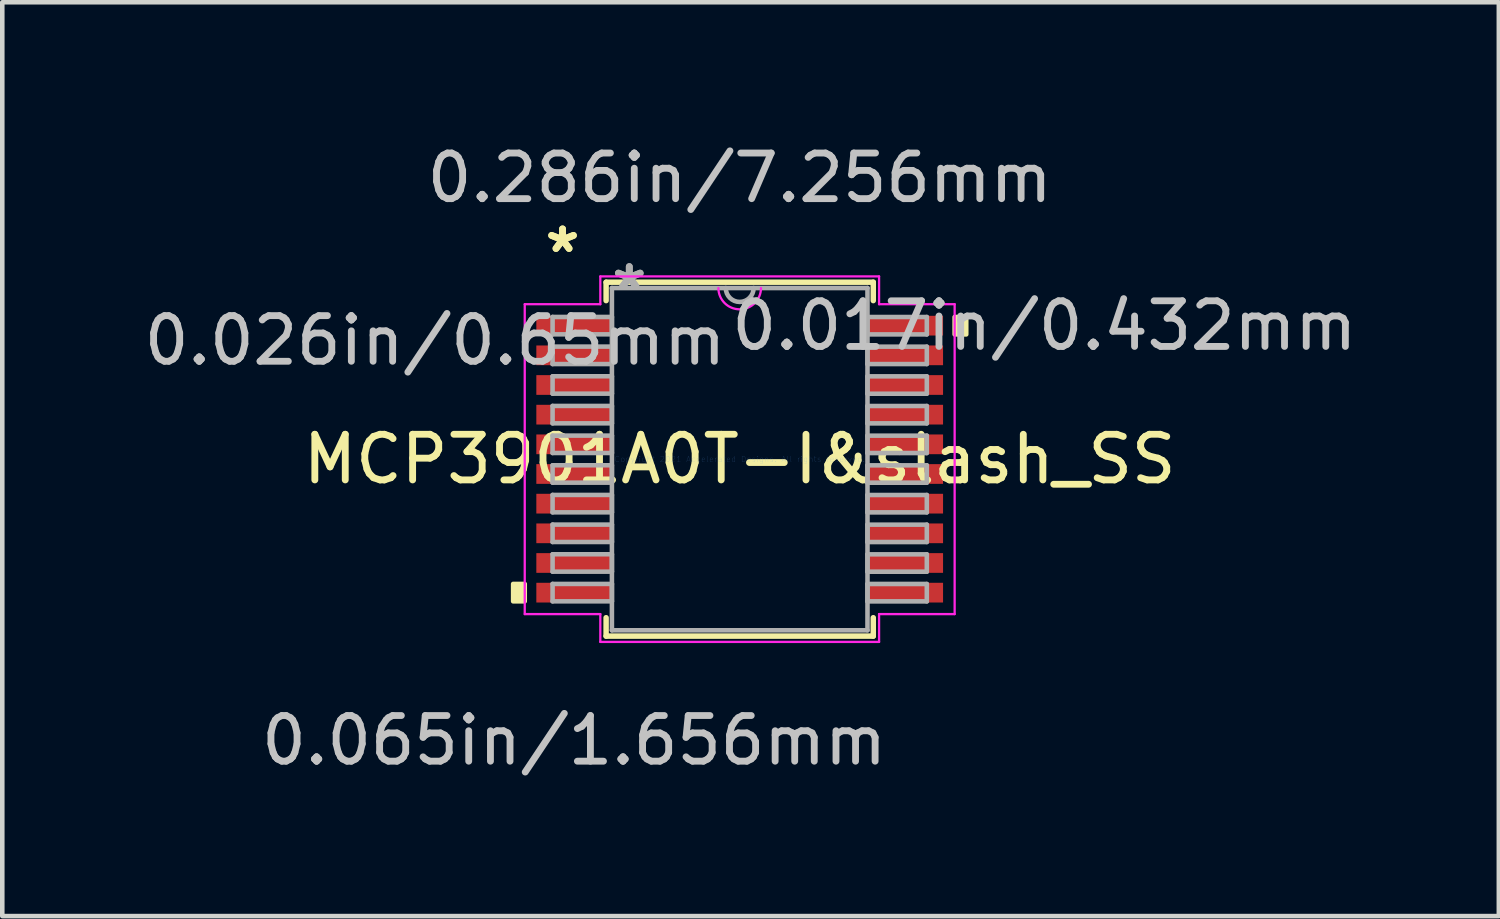
<source format=kicad_pcb>
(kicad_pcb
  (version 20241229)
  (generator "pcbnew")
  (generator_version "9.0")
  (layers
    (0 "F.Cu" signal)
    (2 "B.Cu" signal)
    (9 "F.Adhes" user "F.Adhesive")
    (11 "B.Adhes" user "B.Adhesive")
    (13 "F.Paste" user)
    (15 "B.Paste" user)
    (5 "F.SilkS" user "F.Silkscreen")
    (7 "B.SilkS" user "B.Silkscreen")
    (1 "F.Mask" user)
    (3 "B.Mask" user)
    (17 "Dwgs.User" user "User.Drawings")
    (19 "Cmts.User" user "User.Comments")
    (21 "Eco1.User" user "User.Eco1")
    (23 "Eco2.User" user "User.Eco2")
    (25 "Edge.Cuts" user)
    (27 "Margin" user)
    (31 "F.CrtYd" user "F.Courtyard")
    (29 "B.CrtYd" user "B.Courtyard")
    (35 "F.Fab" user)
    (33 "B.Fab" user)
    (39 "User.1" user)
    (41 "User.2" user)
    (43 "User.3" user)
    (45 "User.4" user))
  (footprint "MCP3901A0T-I&slash_SS"
    (layer "F.Cu")
    (at 13.158 7.011)
    (property "Reference" "MCP3901A0T-I&slash_SS" (at 0 0 0) (layer "F.SilkS") (effects (font (size 1 1) (thickness 0.15))))
    (attr through_hole)
    (fp_line (start -2.927 -3.877) (end -2.927 -3.474) (stroke (width 0.12) (type solid)) (layer "F.SilkS"))
    (fp_line (start -2.927 3.474) (end -2.927 3.877) (stroke (width 0.12) (type solid)) (layer "F.SilkS"))
    (fp_line (start -2.927 3.877) (end 2.927 3.877) (stroke (width 0.12) (type solid)) (layer "F.SilkS"))
    (fp_line (start 2.927 -3.877) (end -2.927 -3.877) (stroke (width 0.12) (type solid)) (layer "F.SilkS"))
    (fp_line (start 2.927 -3.474) (end 2.927 -3.877) (stroke (width 0.12) (type solid)) (layer "F.SilkS"))
    (fp_line (start 2.927 3.877) (end 2.927 3.474) (stroke (width 0.12) (type solid)) (layer "F.SilkS"))
    (fp_poly (pts (xy -4.964 2.734) (xy -4.964 3.115) (xy -4.71 3.115) (xy -4.71 2.734)) (stroke (width 0.1) (type solid)) (fill yes) (layer "F.SilkS"))
    (fp_poly (pts (xy 4.964 -3.115) (xy 4.964 -2.734) (xy 4.71 -2.734) (xy 4.71 -3.115)) (stroke (width 0.1) (type solid)) (fill yes) (layer "F.SilkS"))
    (fp_line (start -4.71 -3.395) (end -3.054 -3.395) (stroke (width 0.05) (type solid)) (layer "F.CrtYd"))
    (fp_line (start -4.71 3.395) (end -4.71 -3.395) (stroke (width 0.05) (type solid)) (layer "F.CrtYd"))
    (fp_line (start -3.054 -4.004) (end 3.054 -4.004) (stroke (width 0.05) (type solid)) (layer "F.CrtYd"))
    (fp_line (start -3.054 -3.395) (end -3.054 -4.004) (stroke (width 0.05) (type solid)) (layer "F.CrtYd"))
    (fp_line (start -3.054 3.395) (end -4.71 3.395) (stroke (width 0.05) (type solid)) (layer "F.CrtYd"))
    (fp_line (start -3.054 4.004) (end -3.054 3.395) (stroke (width 0.05) (type solid)) (layer "F.CrtYd"))
    (fp_line (start 3.054 -4.004) (end 3.054 -3.395) (stroke (width 0.05) (type solid)) (layer "F.CrtYd"))
    (fp_line (start 3.054 -3.395) (end 4.71 -3.395) (stroke (width 0.05) (type solid)) (layer "F.CrtYd"))
    (fp_line (start 3.054 3.395) (end 3.054 4.004) (stroke (width 0.05) (type solid)) (layer "F.CrtYd"))
    (fp_line (start 3.054 4.004) (end -3.054 4.004) (stroke (width 0.05) (type solid)) (layer "F.CrtYd"))
    (fp_line (start 4.71 -3.395) (end 4.71 3.395) (stroke (width 0.05) (type solid)) (layer "F.CrtYd"))
    (fp_line (start 4.71 3.395) (end 3.054 3.395) (stroke (width 0.05) (type solid)) (layer "F.CrtYd"))
    (fp_arc (start 0.466667 -3.75) (mid 0 -3.283333) (end -0.466667 -3.75) (stroke (width 0.05) (type solid)) (layer "F.CrtYd"))
    (fp_line (start -4.1 -3.116) (end -4.1 -2.735) (stroke (width 0.1) (type solid)) (layer "F.Fab"))
    (fp_line (start -4.1 -2.735) (end -2.8 -2.735) (stroke (width 0.1) (type solid)) (layer "F.Fab"))
    (fp_line (start -4.1 -2.466) (end -4.1 -2.084) (stroke (width 0.1) (type solid)) (layer "F.Fab"))
    (fp_line (start -4.1 -2.084) (end -2.8 -2.084) (stroke (width 0.1) (type solid)) (layer "F.Fab"))
    (fp_line (start -4.1 -1.816) (end -4.1 -1.435) (stroke (width 0.1) (type solid)) (layer "F.Fab"))
    (fp_line (start -4.1 -1.435) (end -2.8 -1.435) (stroke (width 0.1) (type solid)) (layer "F.Fab"))
    (fp_line (start -4.1 -1.166) (end -4.1 -0.785) (stroke (width 0.1) (type solid)) (layer "F.Fab"))
    (fp_line (start -4.1 -0.785) (end -2.8 -0.785) (stroke (width 0.1) (type solid)) (layer "F.Fab"))
    (fp_line (start -4.1 -0.516) (end -4.1 -0.135) (stroke (width 0.1) (type solid)) (layer "F.Fab"))
    (fp_line (start -4.1 -0.135) (end -2.8 -0.135) (stroke (width 0.1) (type solid)) (layer "F.Fab"))
    (fp_line (start -4.1 0.134) (end -4.1 0.515) (stroke (width 0.1) (type solid)) (layer "F.Fab"))
    (fp_line (start -4.1 0.515) (end -2.8 0.515) (stroke (width 0.1) (type solid)) (layer "F.Fab"))
    (fp_line (start -4.1 0.784) (end -4.1 1.165) (stroke (width 0.1) (type solid)) (layer "F.Fab"))
    (fp_line (start -4.1 1.165) (end -2.8 1.165) (stroke (width 0.1) (type solid)) (layer "F.Fab"))
    (fp_line (start -4.1 1.434) (end -4.1 1.815) (stroke (width 0.1) (type solid)) (layer "F.Fab"))
    (fp_line (start -4.1 1.815) (end -2.8 1.815) (stroke (width 0.1) (type solid)) (layer "F.Fab"))
    (fp_line (start -4.1 2.084) (end -4.1 2.465) (stroke (width 0.1) (type solid)) (layer "F.Fab"))
    (fp_line (start -4.1 2.465) (end -2.8 2.465) (stroke (width 0.1) (type solid)) (layer "F.Fab"))
    (fp_line (start -4.1 2.734) (end -4.1 3.115) (stroke (width 0.1) (type solid)) (layer "F.Fab"))
    (fp_line (start -4.1 3.115) (end -2.8 3.115) (stroke (width 0.1) (type solid)) (layer "F.Fab"))
    (fp_line (start -2.8 -3.75) (end -2.8 3.75) (stroke (width 0.1) (type solid)) (layer "F.Fab"))
    (fp_line (start -2.8 -3.116) (end -4.1 -3.116) (stroke (width 0.1) (type solid)) (layer "F.Fab"))
    (fp_line (start -2.8 -2.735) (end -2.8 -3.116) (stroke (width 0.1) (type solid)) (layer "F.Fab"))
    (fp_line (start -2.8 -2.466) (end -4.1 -2.466) (stroke (width 0.1) (type solid)) (layer "F.Fab"))
    (fp_line (start -2.8 -2.084) (end -2.8 -2.466) (stroke (width 0.1) (type solid)) (layer "F.Fab"))
    (fp_line (start -2.8 -1.816) (end -4.1 -1.816) (stroke (width 0.1) (type solid)) (layer "F.Fab"))
    (fp_line (start -2.8 -1.435) (end -2.8 -1.816) (stroke (width 0.1) (type solid)) (layer "F.Fab"))
    (fp_line (start -2.8 -1.166) (end -4.1 -1.166) (stroke (width 0.1) (type solid)) (layer "F.Fab"))
    (fp_line (start -2.8 -0.785) (end -2.8 -1.166) (stroke (width 0.1) (type solid)) (layer "F.Fab"))
    (fp_line (start -2.8 -0.516) (end -4.1 -0.516) (stroke (width 0.1) (type solid)) (layer "F.Fab"))
    (fp_line (start -2.8 -0.135) (end -2.8 -0.516) (stroke (width 0.1) (type solid)) (layer "F.Fab"))
    (fp_line (start -2.8 0.134) (end -4.1 0.134) (stroke (width 0.1) (type solid)) (layer "F.Fab"))
    (fp_line (start -2.8 0.515) (end -2.8 0.134) (stroke (width 0.1) (type solid)) (layer "F.Fab"))
    (fp_line (start -2.8 0.784) (end -4.1 0.784) (stroke (width 0.1) (type solid)) (layer "F.Fab"))
    (fp_line (start -2.8 1.165) (end -2.8 0.784) (stroke (width 0.1) (type solid)) (layer "F.Fab"))
    (fp_line (start -2.8 1.434) (end -4.1 1.434) (stroke (width 0.1) (type solid)) (layer "F.Fab"))
    (fp_line (start -2.8 1.815) (end -2.8 1.434) (stroke (width 0.1) (type solid)) (layer "F.Fab"))
    (fp_line (start -2.8 2.084) (end -4.1 2.084) (stroke (width 0.1) (type solid)) (layer "F.Fab"))
    (fp_line (start -2.8 2.465) (end -2.8 2.084) (stroke (width 0.1) (type solid)) (layer "F.Fab"))
    (fp_line (start -2.8 2.734) (end -4.1 2.734) (stroke (width 0.1) (type solid)) (layer "F.Fab"))
    (fp_line (start -2.8 3.115) (end -2.8 2.734) (stroke (width 0.1) (type solid)) (layer "F.Fab"))
    (fp_line (start -2.8 3.75) (end 2.8 3.75) (stroke (width 0.1) (type solid)) (layer "F.Fab"))
    (fp_line (start 2.8 -3.75) (end -2.8 -3.75) (stroke (width 0.1) (type solid)) (layer "F.Fab"))
    (fp_line (start 2.8 -3.115) (end 2.8 -2.734) (stroke (width 0.1) (type solid)) (layer "F.Fab"))
    (fp_line (start 2.8 -2.734) (end 4.1 -2.734) (stroke (width 0.1) (type solid)) (layer "F.Fab"))
    (fp_line (start 2.8 -2.465) (end 2.8 -2.084) (stroke (width 0.1) (type solid)) (layer "F.Fab"))
    (fp_line (start 2.8 -2.084) (end 4.1 -2.084) (stroke (width 0.1) (type solid)) (layer "F.Fab"))
    (fp_line (start 2.8 -1.815) (end 2.8 -1.434) (stroke (width 0.1) (type solid)) (layer "F.Fab"))
    (fp_line (start 2.8 -1.434) (end 4.1 -1.434) (stroke (width 0.1) (type solid)) (layer "F.Fab"))
    (fp_line (start 2.8 -1.165) (end 2.8 -0.784) (stroke (width 0.1) (type solid)) (layer "F.Fab"))
    (fp_line (start 2.8 -0.784) (end 4.1 -0.784) (stroke (width 0.1) (type solid)) (layer "F.Fab"))
    (fp_line (start 2.8 -0.515) (end 2.8 -0.134) (stroke (width 0.1) (type solid)) (layer "F.Fab"))
    (fp_line (start 2.8 -0.134) (end 4.1 -0.134) (stroke (width 0.1) (type solid)) (layer "F.Fab"))
    (fp_line (start 2.8 0.135) (end 2.8 0.516) (stroke (width 0.1) (type solid)) (layer "F.Fab"))
    (fp_line (start 2.8 0.516) (end 4.1 0.516) (stroke (width 0.1) (type solid)) (layer "F.Fab"))
    (fp_line (start 2.8 0.785) (end 2.8 1.166) (stroke (width 0.1) (type solid)) (layer "F.Fab"))
    (fp_line (start 2.8 1.166) (end 4.1 1.166) (stroke (width 0.1) (type solid)) (layer "F.Fab"))
    (fp_line (start 2.8 1.435) (end 2.8 1.816) (stroke (width 0.1) (type solid)) (layer "F.Fab"))
    (fp_line (start 2.8 1.816) (end 4.1 1.816) (stroke (width 0.1) (type solid)) (layer "F.Fab"))
    (fp_line (start 2.8 2.085) (end 2.8 2.466) (stroke (width 0.1) (type solid)) (layer "F.Fab"))
    (fp_line (start 2.8 2.466) (end 4.1 2.466) (stroke (width 0.1) (type solid)) (layer "F.Fab"))
    (fp_line (start 2.8 2.735) (end 2.8 3.116) (stroke (width 0.1) (type solid)) (layer "F.Fab"))
    (fp_line (start 2.8 3.116) (end 4.1 3.116) (stroke (width 0.1) (type solid)) (layer "F.Fab"))
    (fp_line (start 2.8 3.75) (end 2.8 -3.75) (stroke (width 0.1) (type solid)) (layer "F.Fab"))
    (fp_line (start 4.1 -3.115) (end 2.8 -3.115) (stroke (width 0.1) (type solid)) (layer "F.Fab"))
    (fp_line (start 4.1 -2.734) (end 4.1 -3.115) (stroke (width 0.1) (type solid)) (layer "F.Fab"))
    (fp_line (start 4.1 -2.465) (end 2.8 -2.465) (stroke (width 0.1) (type solid)) (layer "F.Fab"))
    (fp_line (start 4.1 -2.084) (end 4.1 -2.465) (stroke (width 0.1) (type solid)) (layer "F.Fab"))
    (fp_line (start 4.1 -1.815) (end 2.8 -1.815) (stroke (width 0.1) (type solid)) (layer "F.Fab"))
    (fp_line (start 4.1 -1.434) (end 4.1 -1.815) (stroke (width 0.1) (type solid)) (layer "F.Fab"))
    (fp_line (start 4.1 -1.165) (end 2.8 -1.165) (stroke (width 0.1) (type solid)) (layer "F.Fab"))
    (fp_line (start 4.1 -0.784) (end 4.1 -1.165) (stroke (width 0.1) (type solid)) (layer "F.Fab"))
    (fp_line (start 4.1 -0.515) (end 2.8 -0.515) (stroke (width 0.1) (type solid)) (layer "F.Fab"))
    (fp_line (start 4.1 -0.134) (end 4.1 -0.515) (stroke (width 0.1) (type solid)) (layer "F.Fab"))
    (fp_line (start 4.1 0.135) (end 2.8 0.135) (stroke (width 0.1) (type solid)) (layer "F.Fab"))
    (fp_line (start 4.1 0.516) (end 4.1 0.135) (stroke (width 0.1) (type solid)) (layer "F.Fab"))
    (fp_line (start 4.1 0.785) (end 2.8 0.785) (stroke (width 0.1) (type solid)) (layer "F.Fab"))
    (fp_line (start 4.1 1.166) (end 4.1 0.785) (stroke (width 0.1) (type solid)) (layer "F.Fab"))
    (fp_line (start 4.1 1.435) (end 2.8 1.435) (stroke (width 0.1) (type solid)) (layer "F.Fab"))
    (fp_line (start 4.1 1.816) (end 4.1 1.435) (stroke (width 0.1) (type solid)) (layer "F.Fab"))
    (fp_line (start 4.1 2.085) (end 2.8 2.085) (stroke (width 0.1) (type solid)) (layer "F.Fab"))
    (fp_line (start 4.1 2.466) (end 4.1 2.085) (stroke (width 0.1) (type solid)) (layer "F.Fab"))
    (fp_line (start 4.1 2.735) (end 2.8 2.735) (stroke (width 0.1) (type solid)) (layer "F.Fab"))
    (fp_line (start 4.1 3.116) (end 4.1 2.735) (stroke (width 0.1) (type solid)) (layer "F.Fab"))
    (fp_arc (start 0.3048 -3.75) (mid 0 -3.4452) (end -0.3048 -3.75) (stroke (width 0.1) (type solid)) (layer "F.Fab"))
    (fp_text user "*" (at -3.882 -4.5 0) (layer "F.SilkS") (effects (font (size 1 1) (thickness 0.15))))
    (fp_text user "*" (at -3.882 -4.5 0) (layer "F.SilkS") (effects (font (size 1 1) (thickness 0.15))))
    (fp_text user "0.286in/7.256mm" (at 0 -6.163 0) (layer "Dwgs.User") (effects (font (size 1 1) (thickness 0.15))))
    (fp_text user "0.017in/0.432mm" (at 6.676 -2.925 0) (layer "Dwgs.User") (effects (font (size 1 1) (thickness 0.15))))
    (fp_text user "0.065in/1.656mm" (at -3.628 6.163 0) (layer "Dwgs.User") (effects (font (size 1 1) (thickness 0.15))))
    (fp_text user "0.026in/0.65mm" (at -6.676 -2.6 0) (layer "Dwgs.User") (effects (font (size 1 1) (thickness 0.15))))
    (fp_text user "Copyright 2021 Accelerated Designs. All rights reserved." (at 0 0 0) (layer "Cmts.User") (effects (font (size 0.127 0.127) (thickness 0.002))))
    (fp_text user "*" (at -2.419 -3.674 0) (layer "F.Fab") (effects (font (size 1 1) (thickness 0.15))))
    (fp_text user "*" (at -2.419 -3.674 0) (layer "F.Fab") (effects (font (size 1 1) (thickness 0.15))))
    (pad "1" smd rect (at -3.628 -2.925) (size 1.656 0.432) (layers "F.Cu" "F.Mask" "F.Paste"))
    (pad "2" smd rect (at -3.628 -2.275) (size 1.656 0.432) (layers "F.Cu" "F.Mask" "F.Paste"))
    (pad "3" smd rect (at -3.628 -1.625) (size 1.656 0.432) (layers "F.Cu" "F.Mask" "F.Paste"))
    (pad "4" smd rect (at -3.628 -0.975) (size 1.656 0.432) (layers "F.Cu" "F.Mask" "F.Paste"))
    (pad "5" smd rect (at -3.628 -0.325) (size 1.656 0.432) (layers "F.Cu" "F.Mask" "F.Paste"))
    (pad "6" smd rect (at -3.628 0.325) (size 1.656 0.432) (layers "F.Cu" "F.Mask" "F.Paste"))
    (pad "7" smd rect (at -3.628 0.975) (size 1.656 0.432) (layers "F.Cu" "F.Mask" "F.Paste"))
    (pad "8" smd rect (at -3.628 1.625) (size 1.656 0.432) (layers "F.Cu" "F.Mask" "F.Paste"))
    (pad "9" smd rect (at -3.628 2.275) (size 1.656 0.432) (layers "F.Cu" "F.Mask" "F.Paste"))
    (pad "10" smd rect (at -3.628 2.925) (size 1.656 0.432) (layers "F.Cu" "F.Mask" "F.Paste"))
    (pad "11" smd rect (at 3.628 2.925) (size 1.656 0.432) (layers "F.Cu" "F.Mask" "F.Paste"))
    (pad "12" smd rect (at 3.628 2.275) (size 1.656 0.432) (layers "F.Cu" "F.Mask" "F.Paste"))
    (pad "13" smd rect (at 3.628 1.625) (size 1.656 0.432) (layers "F.Cu" "F.Mask" "F.Paste"))
    (pad "14" smd rect (at 3.628 0.975) (size 1.656 0.432) (layers "F.Cu" "F.Mask" "F.Paste"))
    (pad "15" smd rect (at 3.628 0.325) (size 1.656 0.432) (layers "F.Cu" "F.Mask" "F.Paste"))
    (pad "16" smd rect (at 3.628 -0.325) (size 1.656 0.432) (layers "F.Cu" "F.Mask" "F.Paste"))
    (pad "17" smd rect (at 3.628 -0.975) (size 1.656 0.432) (layers "F.Cu" "F.Mask" "F.Paste"))
    (pad "18" smd rect (at 3.628 -1.625) (size 1.656 0.432) (layers "F.Cu" "F.Mask" "F.Paste"))
    (pad "19" smd rect (at 3.628 -2.275) (size 1.656 0.432) (layers "F.Cu" "F.Mask" "F.Paste"))
    (pad "20" smd rect (at 3.628 -2.925) (size 1.656 0.432) (layers "F.Cu" "F.Mask" "F.Paste")))
  (gr_rect
    (start -3 -3)
    (end 29.792 17.023)
    (stroke (width 0.1) (type default))
    (fill no)
    (layer "Edge.Cuts")))
</source>
